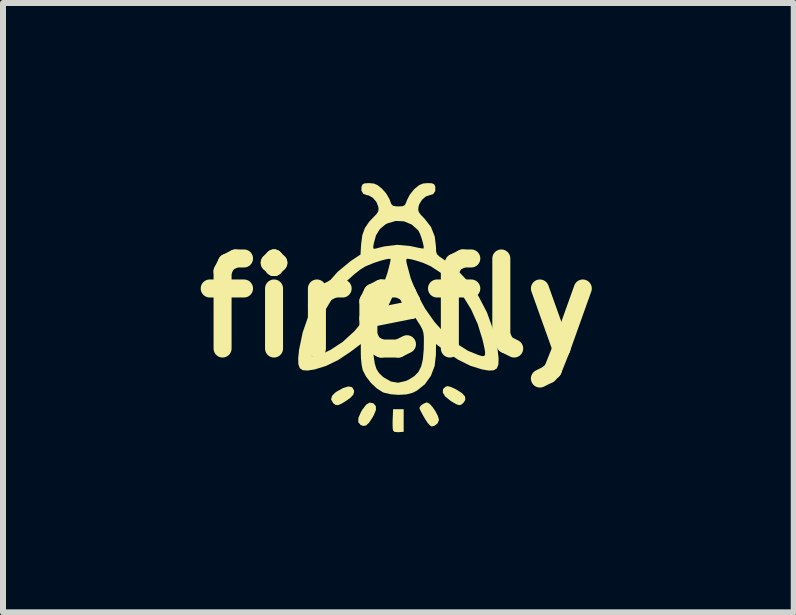
<source format=kicad_pcb>
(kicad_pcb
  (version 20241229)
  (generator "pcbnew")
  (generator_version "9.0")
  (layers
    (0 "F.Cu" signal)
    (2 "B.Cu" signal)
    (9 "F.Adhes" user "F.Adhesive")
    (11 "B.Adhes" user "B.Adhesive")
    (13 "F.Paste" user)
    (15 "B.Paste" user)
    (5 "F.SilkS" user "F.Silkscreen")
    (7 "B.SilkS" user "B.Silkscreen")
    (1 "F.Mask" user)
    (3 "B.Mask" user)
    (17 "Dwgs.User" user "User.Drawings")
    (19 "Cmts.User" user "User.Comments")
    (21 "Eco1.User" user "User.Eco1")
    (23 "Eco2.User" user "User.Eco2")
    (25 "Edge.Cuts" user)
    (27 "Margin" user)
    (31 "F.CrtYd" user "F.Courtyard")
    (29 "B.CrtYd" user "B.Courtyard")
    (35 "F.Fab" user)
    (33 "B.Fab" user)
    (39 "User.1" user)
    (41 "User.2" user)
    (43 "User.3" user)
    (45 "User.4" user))
  (footprint "firefly"
    (layer "F.Cu")
    (at 3.586 2.077)
    (property "Reference" "firefly" (at 0 0 0) (layer "F.SilkS") (effects (font (size 1.5 1.5) (thickness 0.3))))
    (attr board_only exclude_from_pos_files exclude_from_bom)
    (fp_poly (pts (xy 0.088 1.877) (xy 0.088 2.065) (xy 0.006 2.072) (xy -0.062 2.068) (xy -0.089 2.045) (xy -0.095 2.002) (xy -0.097 1.927) (xy -0.095 1.849) (xy -0.088 1.689) (xy 0 1.689) (xy 0.088 1.689)) (stroke (width 0) (type solid)) (fill yes) (layer "F.SilkS"))
    (fp_poly (pts (xy -0.423 1.589) (xy -0.411 1.596) (xy -0.375 1.64) (xy -0.374 1.702) (xy -0.41 1.789) (xy -0.433 1.83) (xy -0.491 1.917) (xy -0.54 1.961) (xy -0.588 1.968) (xy -0.632 1.95) (xy -0.669 1.904) (xy -0.666 1.832) (xy -0.622 1.733) (xy -0.6 1.695) (xy -0.537 1.614) (xy -0.48 1.579)) (stroke (width 0) (type solid)) (fill yes) (layer "F.SilkS"))
    (fp_poly (pts (xy -0.772 1.322) (xy -0.741 1.372) (xy -0.738 1.404) (xy -0.753 1.45) (xy -0.801 1.5) (xy -0.863 1.545) (xy -0.947 1.597) (xy -1.004 1.621) (xy -1.044 1.619) (xy -1.081 1.593) (xy -1.087 1.587) (xy -1.121 1.527) (xy -1.105 1.465) (xy -1.041 1.403) (xy -0.928 1.34) (xy -0.923 1.337) (xy -0.833 1.31)) (stroke (width 0) (type solid)) (fill yes) (layer "F.SilkS"))
    (fp_poly (pts (xy 0.867 1.316) (xy 0.943 1.35) (xy 0.963 1.36) (xy 1.061 1.422) (xy 1.111 1.479) (xy 1.114 1.535) (xy 1.087 1.578) (xy 1.05 1.612) (xy 1.014 1.622) (xy 0.966 1.607) (xy 0.893 1.565) (xy 0.863 1.545) (xy 0.779 1.476) (xy 0.739 1.411) (xy 0.744 1.354) (xy 0.782 1.317) (xy 0.818 1.305)) (stroke (width 0) (type solid)) (fill yes) (layer "F.SilkS"))
    (fp_poly (pts (xy 0.518 1.597) (xy 0.567 1.65) (xy 0.616 1.721) (xy 0.655 1.796) (xy 0.675 1.86) (xy 0.675 1.87) (xy 0.654 1.924) (xy 0.602 1.965) (xy 0.554 1.977) (xy 0.524 1.958) (xy 0.484 1.913) (xy 0.481 1.908) (xy 0.442 1.848) (xy 0.402 1.778) (xy 0.368 1.714) (xy 0.351 1.672) (xy 0.35 1.667) (xy 0.37 1.633) (xy 0.416 1.598) (xy 0.466 1.578) (xy 0.477 1.577)) (stroke (width 0) (type solid)) (fill yes) (layer "F.SilkS"))
    (fp_poly (pts (xy 0.559 -2.074) (xy 0.595 -2.058) (xy 0.613 -2.023) (xy 0.615 -2.014) (xy 0.614 -1.944) (xy 0.578 -1.893) (xy 0.526 -1.877) (xy 0.458 -1.855) (xy 0.393 -1.799) (xy 0.347 -1.724) (xy 0.336 -1.687) (xy 0.33 -1.635) (xy 0.341 -1.594) (xy 0.375 -1.547) (xy 0.433 -1.488) (xy 0.542 -1.348) (xy 0.606 -1.187) (xy 0.626 -1.015) (xy 0.628 -0.94) (xy 0.642 -0.894) (xy 0.68 -0.856) (xy 0.74 -0.816) (xy 0.963 -0.647) (xy 1.162 -0.437) (xy 1.334 -0.194) (xy 1.475 0.077) (xy 1.581 0.371) (xy 1.65 0.68) (xy 1.653 0.697) (xy 1.669 0.842) (xy 1.666 0.944) (xy 1.64 1.009) (xy 1.588 1.041) (xy 1.504 1.045) (xy 1.396 1.027) (xy 1.2 0.966) (xy 0.994 0.864) (xy 0.795 0.731) (xy 0.626 0.603) (xy 0.625 0.783) (xy 0.604 0.969) (xy 0.541 1.134) (xy 0.442 1.273) (xy 0.31 1.379) (xy 0.234 1.417) (xy 0.131 1.443) (xy 0.003 1.45) (xy -0.128 1.44) (xy -0.241 1.414) (xy -0.264 1.404) (xy -0.361 1.342) (xy -0.458 1.25) (xy -0.54 1.144) (xy -0.593 1.041) (xy -0.596 1.031) (xy -0.612 0.952) (xy -0.623 0.849) (xy -0.626 0.768) (xy -0.626 0.603) (xy -0.795 0.731) (xy -1 0.868) (xy -1.206 0.969) (xy -1.396 1.027) (xy -1.511 1.045) (xy -1.591 1.04) (xy -1.642 1.007) (xy -1.666 0.94) (xy -1.669 0.835) (xy -1.662 0.773) (xy -1.45 0.773) (xy -1.441 0.802) (xy -1.416 0.809) (xy -1.376 0.801) (xy -1.358 0.796) (xy -1.283 0.77) (xy -1.189 0.729) (xy -1.126 0.698) (xy -0.925 0.566) (xy -0.833 0.481) (xy -0.426 0.481) (xy -0.423 0.58) (xy -0.42 0.657) (xy -0.411 0.815) (xy -0.393 0.932) (xy -0.365 1.02) (xy -0.321 1.089) (xy -0.26 1.147) (xy -0.244 1.16) (xy -0.124 1.228) (xy -0.006 1.248) (xy 0.12 1.22) (xy 0.175 1.195) (xy 0.267 1.137) (xy 0.334 1.067) (xy 0.38 0.975) (xy 0.408 0.855) (xy 0.422 0.697) (xy 0.424 0.587) (xy 0.424 0.485) (xy 0.416 0.414) (xy 0.397 0.354) (xy 0.36 0.287) (xy 0.313 0.214) (xy 0.16 -0.046) (xy 0.038 -0.313) (xy -0.003 -0.413) (xy -0.073 -0.238) (xy -0.165 -0.038) (xy -0.272 0.152) (xy -0.367 0.292) (xy -0.395 0.331) (xy -0.413 0.368) (xy -0.423 0.414) (xy -0.426 0.481) (xy -0.833 0.481) (xy -0.734 0.391) (xy -0.559 0.182) (xy -0.405 -0.055) (xy -0.278 -0.312) (xy -0.186 -0.571) (xy -0.159 -0.671) (xy -0.139 -0.752) (xy -0.13 -0.803) (xy -0.13 -0.804) (xy 0.13 -0.804) (xy 0.135 -0.757) (xy 0.137 -0.744) (xy 0.208 -0.482) (xy 0.313 -0.227) (xy 0.445 0.014) (xy 0.601 0.235) (xy 0.775 0.43) (xy 0.964 0.593) (xy 1.161 0.717) (xy 1.339 0.789) (xy 1.394 0.804) (xy 1.428 0.803) (xy 1.444 0.779) (xy 1.443 0.727) (xy 1.426 0.638) (xy 1.402 0.534) (xy 1.321 0.27) (xy 1.209 0.022) (xy 1.069 -0.204) (xy 0.908 -0.403) (xy 0.729 -0.568) (xy 0.537 -0.693) (xy 0.416 -0.747) (xy 0.325 -0.777) (xy 0.238 -0.802) (xy 0.205 -0.809) (xy 0.149 -0.818) (xy 0.13 -0.804) (xy -0.13 -0.804) (xy -0.13 -0.814) (xy -0.162 -0.816) (xy -0.228 -0.803) (xy -0.314 -0.779) (xy -0.409 -0.747) (xy -0.5 -0.711) (xy -0.557 -0.685) (xy -0.639 -0.634) (xy -0.74 -0.554) (xy -0.848 -0.457) (xy -0.889 -0.416) (xy -1.084 -0.185) (xy -1.238 0.072) (xy -1.353 0.361) (xy -1.391 0.492) (xy -1.424 0.625) (xy -1.444 0.717) (xy -1.45 0.773) (xy -1.662 0.773) (xy -1.655 0.701) (xy -1.594 0.409) (xy -1.495 0.125) (xy -1.362 -0.143) (xy -1.199 -0.387) (xy -1.011 -0.6) (xy -0.802 -0.773) (xy -0.781 -0.788) (xy -0.631 -0.888) (xy -0.624 -1.007) (xy -0.42 -1.007) (xy -0.412 -0.983) (xy -0.385 -0.985) (xy -0.383 -0.985) (xy -0.331 -0.999) (xy -0.255 -1.018) (xy -0.225 -1.024) (xy -0.02 -1.049) (xy 0.196 -1.029) (xy 0.263 -1.015) (xy 0.342 -0.998) (xy 0.399 -0.988) (xy 0.419 -0.987) (xy 0.422 -1.018) (xy 0.409 -1.079) (xy 0.388 -1.154) (xy 0.362 -1.227) (xy 0.336 -1.281) (xy 0.328 -1.293) (xy 0.22 -1.388) (xy 0.093 -1.44) (xy -0.043 -1.447) (xy -0.178 -1.408) (xy -0.214 -1.39) (xy -0.308 -1.313) (xy -0.373 -1.207) (xy -0.411 -1.068) (xy -0.42 -1.007) (xy -0.624 -1.007) (xy -0.62 -1.064) (xy -0.601 -1.211) (xy -0.558 -1.329) (xy -0.486 -1.435) (xy -0.421 -1.503) (xy -0.363 -1.563) (xy -0.335 -1.608) (xy -0.331 -1.653) (xy -0.336 -1.688) (xy -0.368 -1.766) (xy -0.426 -1.832) (xy -0.495 -1.872) (xy -0.526 -1.877) (xy -0.584 -1.898) (xy -0.616 -1.952) (xy -0.615 -2.014) (xy -0.599 -2.054) (xy -0.567 -2.072) (xy -0.503 -2.077) (xy -0.488 -2.077) (xy -0.41 -2.07) (xy -0.348 -2.044) (xy -0.278 -1.988) (xy -0.277 -1.988) (xy -0.204 -1.906) (xy -0.151 -1.815) (xy -0.143 -1.794) (xy -0.119 -1.729) (xy -0.09 -1.699) (xy -0.04 -1.69) (xy 0 -1.689) (xy 0.068 -1.692) (xy 0.106 -1.71) (xy 0.13 -1.756) (xy 0.143 -1.794) (xy 0.189 -1.883) (xy 0.258 -1.97) (xy 0.277 -1.988) (xy 0.347 -2.044) (xy 0.409 -2.07) (xy 0.487 -2.077) (xy 0.488 -2.077)) (stroke (width 0) (type solid)) (fill yes) (layer "F.SilkS")))
  (gr_rect
    (start -3 -3)
    (end 10.171 7.149)
    (stroke (width 0.1) (type default))
    (fill no)
    (layer "Edge.Cuts")))
</source>
